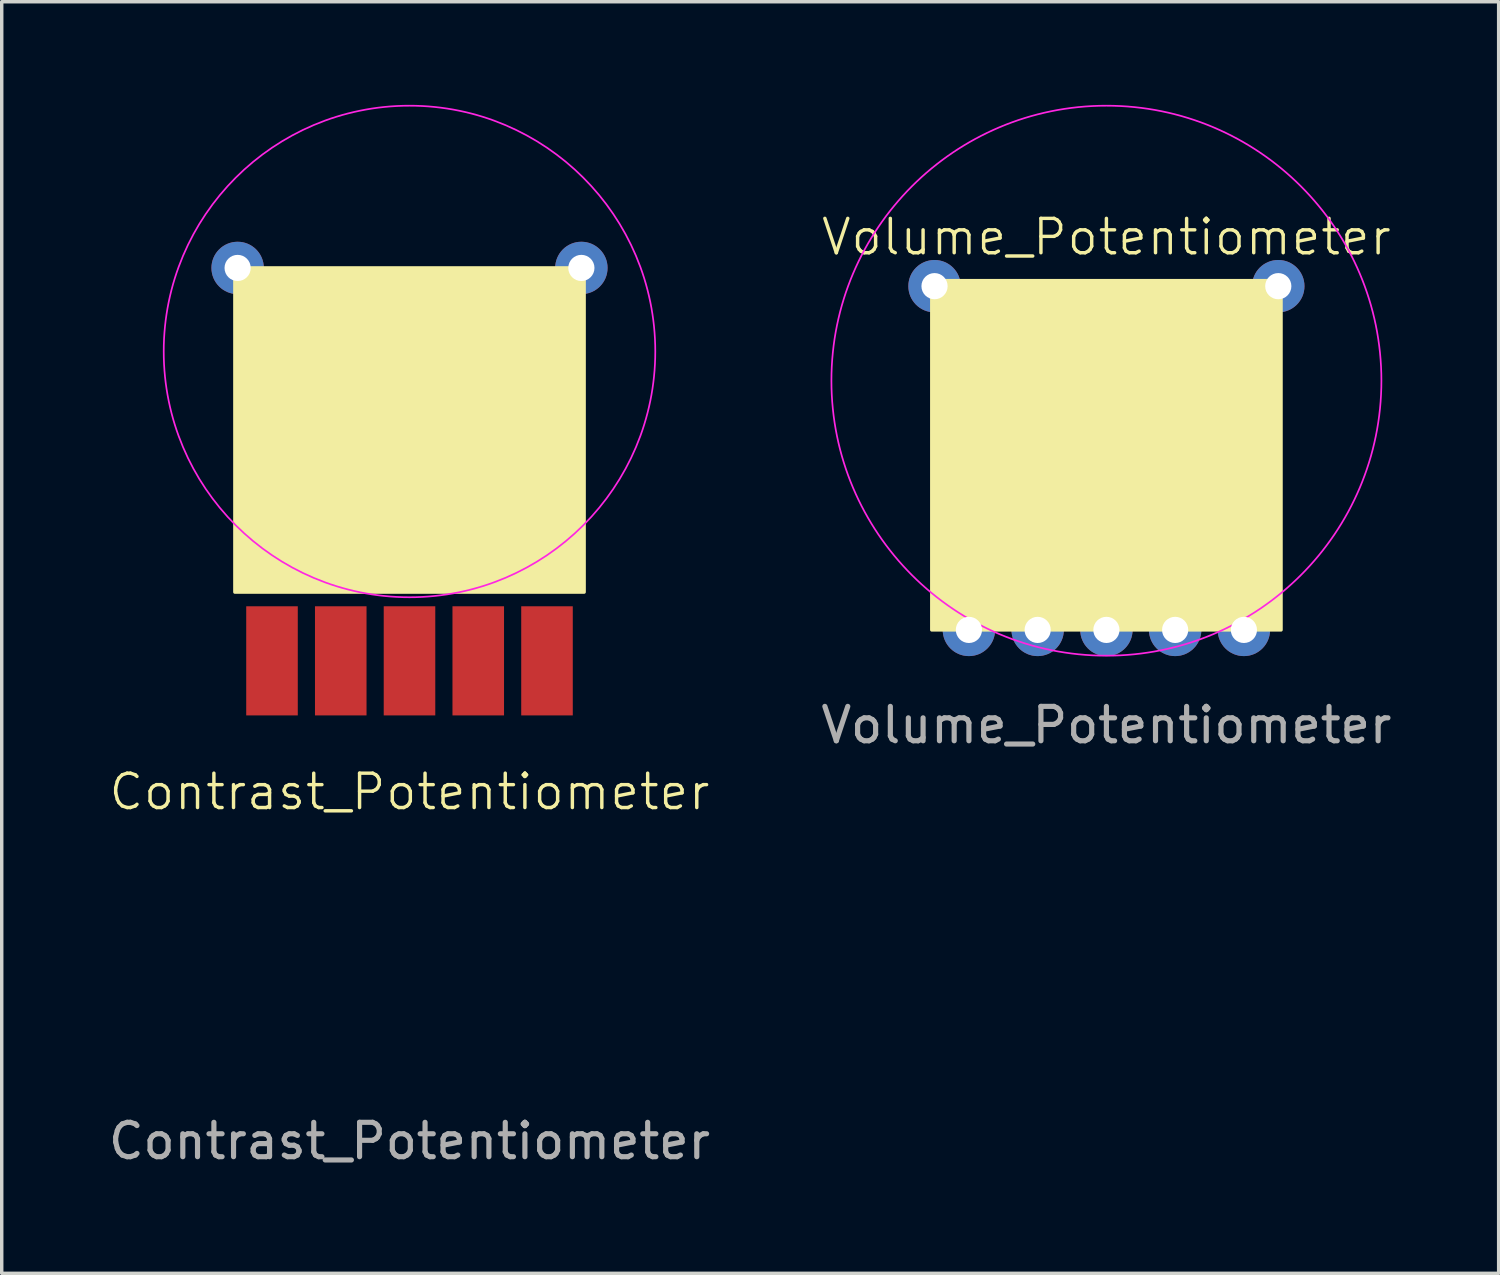
<source format=kicad_pcb>
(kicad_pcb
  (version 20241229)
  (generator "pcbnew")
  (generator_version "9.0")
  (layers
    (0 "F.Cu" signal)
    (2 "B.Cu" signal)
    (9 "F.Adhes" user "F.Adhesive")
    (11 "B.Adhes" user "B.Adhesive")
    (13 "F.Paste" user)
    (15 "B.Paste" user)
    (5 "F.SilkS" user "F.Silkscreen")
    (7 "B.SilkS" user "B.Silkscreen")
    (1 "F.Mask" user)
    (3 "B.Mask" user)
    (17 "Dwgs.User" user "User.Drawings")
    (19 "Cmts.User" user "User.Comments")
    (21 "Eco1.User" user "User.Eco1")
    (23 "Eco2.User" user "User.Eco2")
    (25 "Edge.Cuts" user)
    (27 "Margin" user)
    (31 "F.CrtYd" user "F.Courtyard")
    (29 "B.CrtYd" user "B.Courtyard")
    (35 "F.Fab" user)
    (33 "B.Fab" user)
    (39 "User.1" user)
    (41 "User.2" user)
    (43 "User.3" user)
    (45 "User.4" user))
  (footprint "Contrast_Potentiometer"
    (layer "F.Cu")
    (at 8.863 16.175)
    (property "Reference" "Contrast_Potentiometer" (at 0 3.81 0) (unlocked yes) (layer "F.SilkS") (effects (font (size 1 1) (thickness 0.1))))
    (attr smd)
    (fp_rect (start -5.08 -11.43) (end 5.08 -2) (stroke (width 0.1) (type solid)) (fill yes) (layer "F.SilkS"))
    (fp_circle (center 0 -9) (end 7.15 -9) (stroke (width 0.05) (type default)) (fill no) (layer "F.CrtYd"))
    (fp_text user "${REFERENCE}" (at 0 13.97 0) (unlocked yes) (layer "F.Fab") (effects (font (size 1 1) (thickness 0.15))))
    (pad "1" smd rect (at -4 0) (size 1.5 3.175) (layers "F.Cu" "F.Mask" "F.Paste"))
    (pad "2" smd rect (at -2 0) (size 1.5 3.175) (layers "F.Cu" "F.Mask" "F.Paste"))
    (pad "3" smd rect (at 0 0) (size 1.5 3.175) (layers "F.Cu" "F.Mask" "F.Paste"))
    (pad "4" smd rect (at 2 0) (size 1.5 3.175) (layers "F.Cu" "F.Mask" "F.Paste"))
    (pad "5" smd rect (at 4 0) (size 1.5 3.175) (layers "F.Cu" "F.Mask" "F.Paste"))
    (pad "6" thru_hole circle (at -5 -11.43) (size 1.524 1.524) (drill 0.762) (layers "*.Cu" "*.Mask"))
    (pad "6" thru_hole circle (at 5 -11.43) (size 1.524 1.524) (drill 0.762) (layers "*.Cu" "*.Mask")))
  (footprint "Volume_Potentiometer"
    (layer "F.Cu")
    (at 29.137 15.275)
    (property "Reference" "Volume_Potentiometer" (at 0 -11.43 0) (unlocked yes) (layer "F.SilkS") (effects (font (size 1 1) (thickness 0.1))))
    (attr through_hole)
    (fp_rect (start -5.08 -10.16) (end 5.08 0) (stroke (width 0.1) (type solid)) (fill yes) (layer "F.SilkS"))
    (fp_circle (center 0 -7.25) (end 8 -7.25) (stroke (width 0.05) (type default)) (fill no) (layer "F.CrtYd"))
    (fp_text user "${REFERENCE}" (at 0 2.77 0) (unlocked yes) (layer "F.Fab") (effects (font (size 1 1) (thickness 0.15))))
    (pad "1" thru_hole circle (at -4 0) (size 1.524 1.524) (drill 0.762) (layers "*.Cu" "*.Mask"))
    (pad "2" thru_hole circle (at -2 0) (size 1.524 1.524) (drill 0.762) (layers "*.Cu" "*.Mask"))
    (pad "3" thru_hole circle (at 0 0) (size 1.524 1.524) (drill 0.762) (layers "*.Cu" "*.Mask"))
    (pad "4" thru_hole circle (at 2 0) (size 1.524 1.524) (drill 0.762) (layers "*.Cu" "*.Mask"))
    (pad "5" thru_hole circle (at 4 0) (size 1.524 1.524) (drill 0.762) (layers "*.Cu" "*.Mask"))
    (pad "6" thru_hole circle (at -5 -10) (size 1.524 1.524) (drill 0.762) (layers "*.Cu" "*.Mask"))
    (pad "6" thru_hole circle (at 5 -10) (size 1.524 1.524) (drill 0.762) (layers "*.Cu" "*.Mask")))
  (gr_rect
    (start -3 -3)
    (end 40.548 33.993)
    (stroke (width 0.1) (type default))
    (fill no)
    (layer "Edge.Cuts")))
</source>
